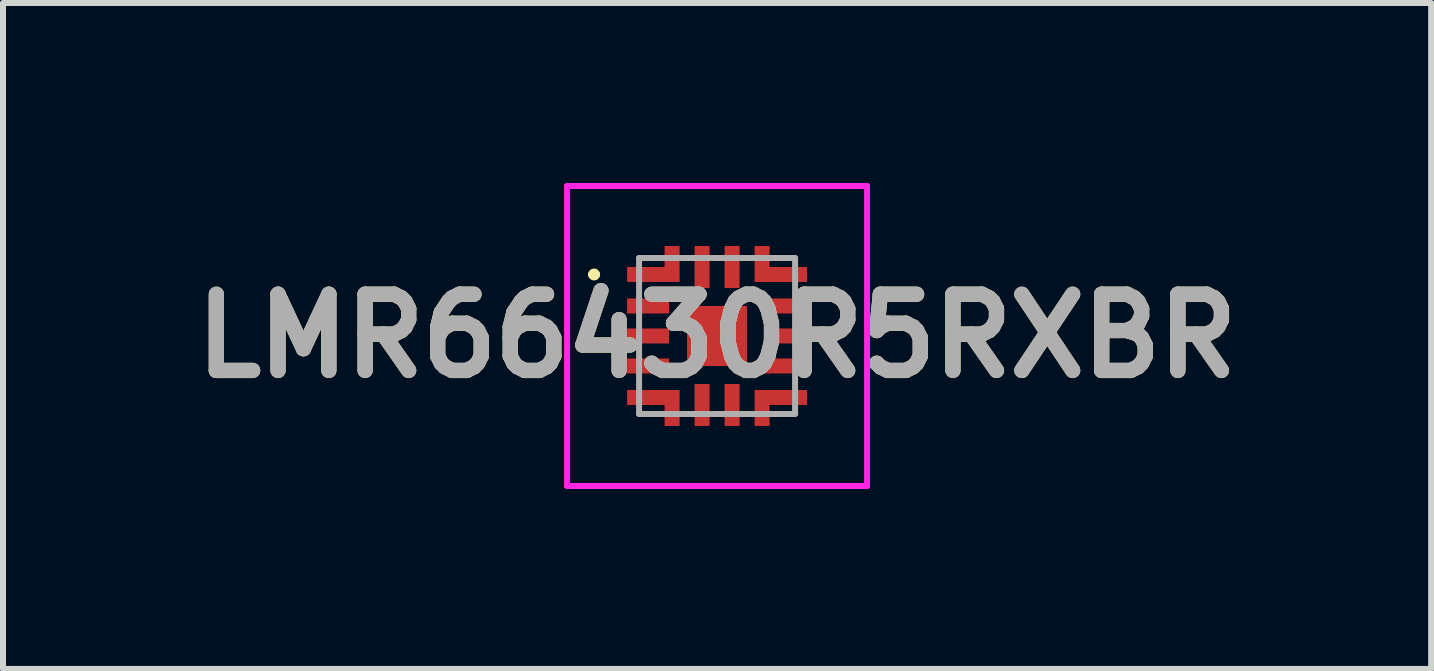
<source format=kicad_pcb>
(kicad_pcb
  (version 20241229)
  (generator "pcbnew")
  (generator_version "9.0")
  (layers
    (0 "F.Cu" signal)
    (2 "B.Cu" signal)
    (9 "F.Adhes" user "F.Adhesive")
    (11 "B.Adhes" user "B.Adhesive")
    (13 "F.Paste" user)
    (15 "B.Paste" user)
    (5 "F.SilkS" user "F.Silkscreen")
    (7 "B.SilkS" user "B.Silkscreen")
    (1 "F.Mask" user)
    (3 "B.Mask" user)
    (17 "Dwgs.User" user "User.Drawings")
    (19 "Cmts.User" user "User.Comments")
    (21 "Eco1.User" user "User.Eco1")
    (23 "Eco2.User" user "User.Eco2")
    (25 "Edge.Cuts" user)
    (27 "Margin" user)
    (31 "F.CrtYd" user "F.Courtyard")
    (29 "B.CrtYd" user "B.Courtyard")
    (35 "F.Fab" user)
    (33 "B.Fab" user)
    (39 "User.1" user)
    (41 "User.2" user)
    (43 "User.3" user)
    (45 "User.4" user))
  (footprint "LMR66430R5RXBR"
    (layer "F.Cu")
    (at 8.902 2.55)
    (property "Reference" "LMR66430R5RXBR" (at 0 0 0) (layer "F.SilkS") (effects (font (size 1.27 1.27) (thickness 0.254))))
    (attr smd)
    (fp_line (start -2.1 -1.025) (end -2.1 -1.025) (stroke (width 0.1) (type solid)) (layer "F.SilkS"))
    (fp_line (start -2 -1.025) (end -2 -1.025) (stroke (width 0.1) (type solid)) (layer "F.SilkS"))
    (fp_arc (start -2.1 -1.025) (mid -2.05 -1.075) (end -2 -1.025) (stroke (width 0.1) (type solid)) (layer "F.SilkS"))
    (fp_arc (start -2 -1.025) (mid -2.05 -0.975) (end -2.1 -1.025) (stroke (width 0.1) (type solid)) (layer "F.SilkS"))
    (fp_line (start -2.5 -2.5) (end 2.5 -2.5) (stroke (width 0.1) (type solid)) (layer "F.CrtYd"))
    (fp_line (start -2.5 2.5) (end -2.5 -2.5) (stroke (width 0.1) (type solid)) (layer "F.CrtYd"))
    (fp_line (start 2.5 -2.5) (end 2.5 2.5) (stroke (width 0.1) (type solid)) (layer "F.CrtYd"))
    (fp_line (start 2.5 2.5) (end -2.5 2.5) (stroke (width 0.1) (type solid)) (layer "F.CrtYd"))
    (fp_line (start -1.3 -1.3) (end 1.3 -1.3) (stroke (width 0.1) (type solid)) (layer "F.Fab"))
    (fp_line (start -1.3 1.3) (end -1.3 -1.3) (stroke (width 0.1) (type solid)) (layer "F.Fab"))
    (fp_line (start 1.3 -1.3) (end 1.3 1.3) (stroke (width 0.1) (type solid)) (layer "F.Fab"))
    (fp_line (start 1.3 1.3) (end -1.3 1.3) (stroke (width 0.1) (type solid)) (layer "F.Fab"))
    (fp_text user "${REFERENCE}" (at 0 0 0) (layer "F.Fab") (effects (font (size 1.27 1.27) (thickness 0.254))))
    (pad "1" smd rect (at -1.062 -1.025 90) (size 0.25 0.875) (layers "F.Cu" "F.Mask" "F.Paste"))
    (pad "2" smd rect (at -1.15 -0.5 90) (size 0.25 0.7) (layers "F.Cu" "F.Mask" "F.Paste"))
    (pad "3" smd rect (at -1.15 0 90) (size 0.25 0.7) (layers "F.Cu" "F.Mask" "F.Paste"))
    (pad "4" smd rect (at -1.15 0.5 90) (size 0.25 0.7) (layers "F.Cu" "F.Mask" "F.Paste"))
    (pad "5" smd rect (at -1.062 1.025 90) (size 0.25 0.875) (layers "F.Cu" "F.Mask" "F.Paste"))
    (pad "6" smd rect (at -0.25 1.15) (size 0.25 0.7) (layers "F.Cu" "F.Mask" "F.Paste"))
    (pad "7" smd rect (at 0.25 1.15) (size 0.25 0.7) (layers "F.Cu" "F.Mask" "F.Paste"))
    (pad "8" smd rect (at 1.063 1.025 90) (size 0.25 0.875) (layers "F.Cu" "F.Mask" "F.Paste"))
    (pad "9" smd rect (at 1.15 0.5 90) (size 0.25 0.7) (layers "F.Cu" "F.Mask" "F.Paste"))
    (pad "10" smd rect (at 1.15 0 90) (size 0.25 0.7) (layers "F.Cu" "F.Mask" "F.Paste"))
    (pad "11" smd rect (at 1.15 -0.5 90) (size 0.25 0.7) (layers "F.Cu" "F.Mask" "F.Paste"))
    (pad "12" smd rect (at 1.063 -1.025 90) (size 0.25 0.875) (layers "F.Cu" "F.Mask" "F.Paste"))
    (pad "13" smd rect (at 0.25 -1.15) (size 0.25 0.7) (layers "F.Cu" "F.Mask" "F.Paste"))
    (pad "14" smd rect (at -0.25 -1.15) (size 0.25 0.7) (layers "F.Cu" "F.Mask" "F.Paste"))
    (pad "15" smd rect (at 0 0) (size 1 1) (layers "F.Cu" "F.Mask" "F.Paste"))
    (pad "16" smd rect (at -0.75 -1.325) (size 0.25 0.35) (layers "F.Cu" "F.Mask" "F.Paste"))
    (pad "17" smd rect (at -0.75 1.325) (size 0.25 0.35) (layers "F.Cu" "F.Mask" "F.Paste"))
    (pad "18" smd rect (at 0.75 1.325) (size 0.25 0.35) (layers "F.Cu" "F.Mask" "F.Paste"))
    (pad "19" smd rect (at 0.75 -1.325) (size 0.25 0.35) (layers "F.Cu" "F.Mask" "F.Paste")))
  (gr_rect
    (start -3 -3)
    (end 20.804 8.1)
    (stroke (width 0.1) (type default))
    (fill no)
    (layer "Edge.Cuts")))
</source>
